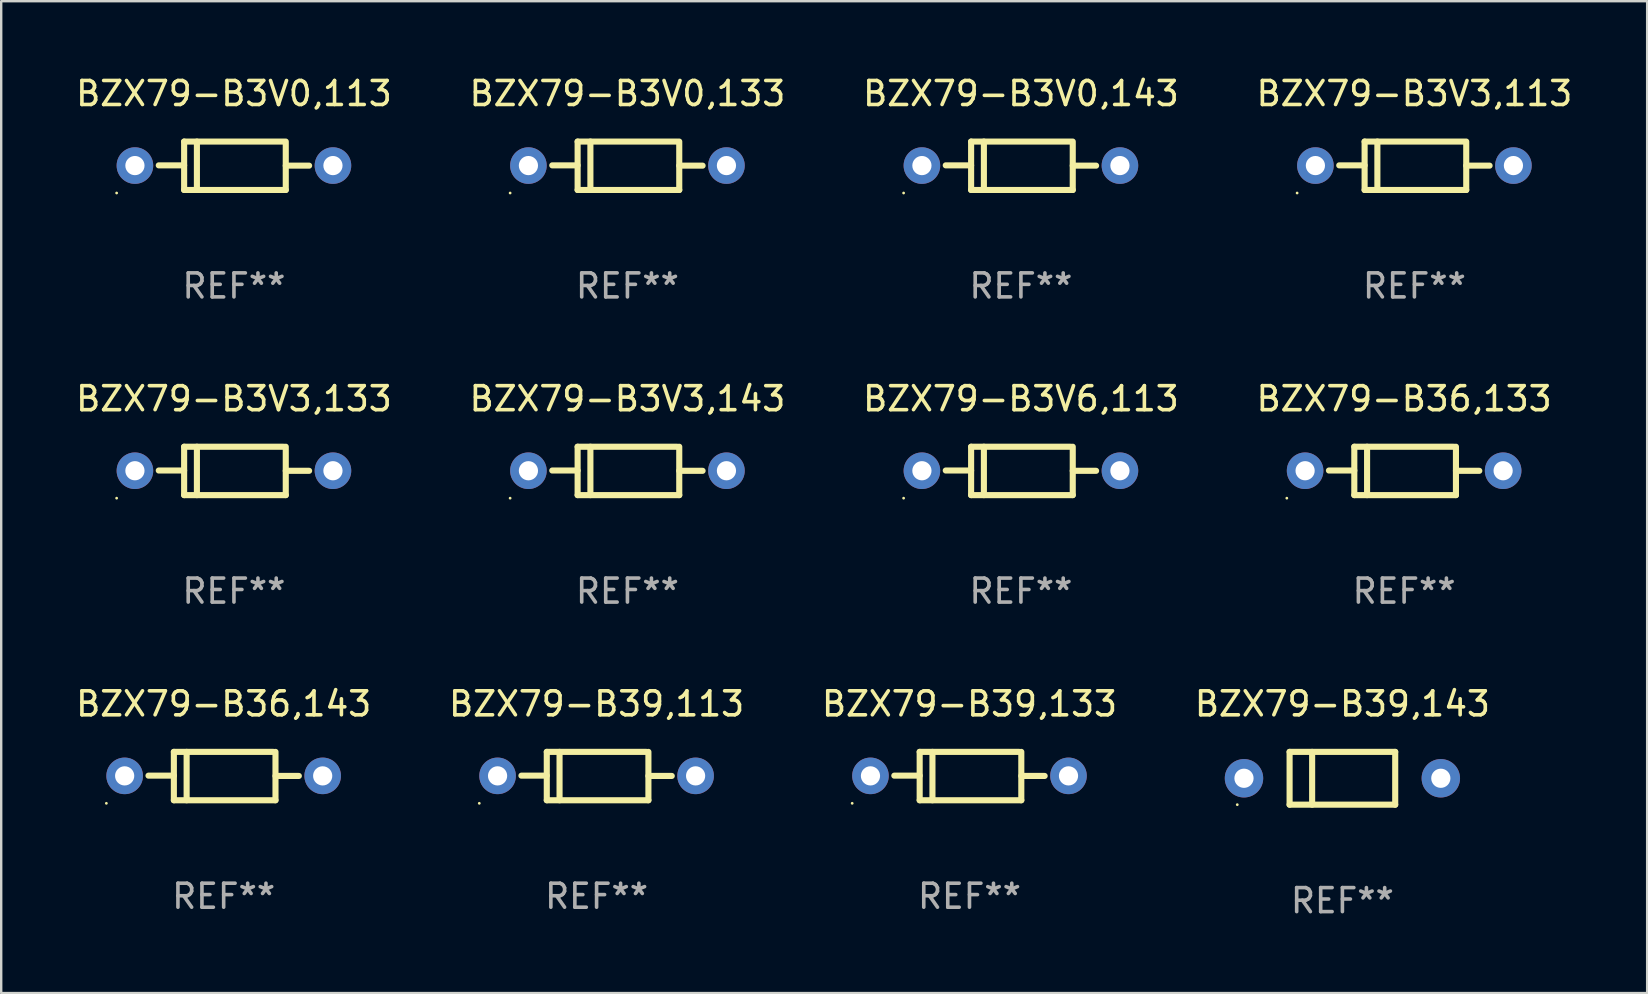
<source format=kicad_pcb>
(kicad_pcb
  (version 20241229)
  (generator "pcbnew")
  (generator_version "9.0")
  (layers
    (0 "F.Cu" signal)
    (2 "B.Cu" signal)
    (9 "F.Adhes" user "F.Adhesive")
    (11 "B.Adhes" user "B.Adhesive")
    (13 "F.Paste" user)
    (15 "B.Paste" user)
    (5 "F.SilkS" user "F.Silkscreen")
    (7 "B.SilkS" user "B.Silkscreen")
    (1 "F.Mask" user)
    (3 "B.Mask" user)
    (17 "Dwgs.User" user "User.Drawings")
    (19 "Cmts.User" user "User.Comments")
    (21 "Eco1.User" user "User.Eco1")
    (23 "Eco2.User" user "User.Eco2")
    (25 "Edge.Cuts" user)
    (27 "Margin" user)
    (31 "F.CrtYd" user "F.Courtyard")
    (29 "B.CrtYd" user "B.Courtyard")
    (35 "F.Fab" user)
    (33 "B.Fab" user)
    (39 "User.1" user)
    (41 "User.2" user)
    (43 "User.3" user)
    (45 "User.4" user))
  (footprint "BZX79-B3V0,133"
    (layer "F.Cu")
    (at 23.089 3.856)
    (property "Reference" "BZX79-B3V0,133" (at 0 -3.008 0) (layer "F.SilkS") (effects (font (size 1 1) (thickness 0.15))))
    (attr through_hole)
    (fp_line (start -2.075 -1.008) (end -2.075 1.008) (stroke (width 0.254) (type solid)) (layer "F.SilkS"))
    (fp_line (start -2.075 -0.017) (end -3.132 -0.017) (stroke (width 0.254) (type solid)) (layer "F.SilkS"))
    (fp_line (start -2.075 1.008) (end 2.159 1.008) (stroke (width 0.254) (type solid)) (layer "F.SilkS"))
    (fp_line (start -1.543 -1.008) (end -1.543 1.008) (stroke (width 0.254) (type solid)) (layer "F.SilkS"))
    (fp_line (start 2.075 -1.008) (end -2.075 -1.008) (stroke (width 0.254) (type solid)) (layer "F.SilkS"))
    (fp_line (start 2.159 -0.005) (end 3.132 -0.005) (stroke (width 0.254) (type solid)) (layer "F.SilkS"))
    (fp_line (start 2.159 1.008) (end 2.159 -1.008) (stroke (width 0.254) (type solid)) (layer "F.SilkS"))
    (fp_circle (center -4.887 1.135) (end -4.857 1.135) (stroke (width 0.06) (type solid)) (fill no) (layer "F.SilkS"))
    (fp_text user "REF**" (at 0 5.008 0) (layer "F.Fab") (effects (font (size 1 1) (thickness 0.15))))
    (pad "1" thru_hole circle (at -4.125 -0.008) (size 1.524 1.524) (drill 0.8) (layers "*.Cu" "*.Mask"))
    (pad "2" thru_hole circle (at 4.125 -0.008) (size 1.524 1.524) (drill 0.8) (layers "*.Cu" "*.Mask")))
  (footprint "BZX79-B39,113"
    (layer "F.Cu")
    (at 21.804 29.281)
    (property "Reference" "BZX79-B39,113" (at 0 -3.008 0) (layer "F.SilkS") (effects (font (size 1 1) (thickness 0.15))))
    (attr through_hole)
    (fp_line (start -2.075 -1.008) (end -2.075 1.008) (stroke (width 0.254) (type solid)) (layer "F.SilkS"))
    (fp_line (start -2.075 -0.017) (end -3.132 -0.017) (stroke (width 0.254) (type solid)) (layer "F.SilkS"))
    (fp_line (start -2.075 1.008) (end 2.159 1.008) (stroke (width 0.254) (type solid)) (layer "F.SilkS"))
    (fp_line (start -1.543 -1.008) (end -1.543 1.008) (stroke (width 0.254) (type solid)) (layer "F.SilkS"))
    (fp_line (start 2.075 -1.008) (end -2.075 -1.008) (stroke (width 0.254) (type solid)) (layer "F.SilkS"))
    (fp_line (start 2.159 -0.005) (end 3.132 -0.005) (stroke (width 0.254) (type solid)) (layer "F.SilkS"))
    (fp_line (start 2.159 1.008) (end 2.159 -1.008) (stroke (width 0.254) (type solid)) (layer "F.SilkS"))
    (fp_circle (center -4.887 1.135) (end -4.857 1.135) (stroke (width 0.06) (type solid)) (fill no) (layer "F.SilkS"))
    (fp_text user "REF**" (at 0 5.008 0) (layer "F.Fab") (effects (font (size 1 1) (thickness 0.15))))
    (pad "1" thru_hole circle (at -4.125 -0.008) (size 1.524 1.524) (drill 0.8) (layers "*.Cu" "*.Mask"))
    (pad "2" thru_hole circle (at 4.125 -0.008) (size 1.524 1.524) (drill 0.8) (layers "*.Cu" "*.Mask")))
  (footprint "BZX79-B36,133"
    (layer "F.Cu")
    (at 55.446 16.569)
    (property "Reference" "BZX79-B36,133" (at 0 -3.008 0) (layer "F.SilkS") (effects (font (size 1 1) (thickness 0.15))))
    (attr through_hole)
    (fp_line (start -2.075 -1.008) (end -2.075 1.008) (stroke (width 0.254) (type solid)) (layer "F.SilkS"))
    (fp_line (start -2.075 -0.017) (end -3.132 -0.017) (stroke (width 0.254) (type solid)) (layer "F.SilkS"))
    (fp_line (start -2.075 1.008) (end 2.159 1.008) (stroke (width 0.254) (type solid)) (layer "F.SilkS"))
    (fp_line (start -1.543 -1.008) (end -1.543 1.008) (stroke (width 0.254) (type solid)) (layer "F.SilkS"))
    (fp_line (start 2.075 -1.008) (end -2.075 -1.008) (stroke (width 0.254) (type solid)) (layer "F.SilkS"))
    (fp_line (start 2.159 -0.005) (end 3.132 -0.005) (stroke (width 0.254) (type solid)) (layer "F.SilkS"))
    (fp_line (start 2.159 1.008) (end 2.159 -1.008) (stroke (width 0.254) (type solid)) (layer "F.SilkS"))
    (fp_circle (center -4.887 1.135) (end -4.857 1.135) (stroke (width 0.06) (type solid)) (fill no) (layer "F.SilkS"))
    (fp_text user "REF**" (at 0 5.008 0) (layer "F.Fab") (effects (font (size 1 1) (thickness 0.15))))
    (pad "1" thru_hole circle (at -4.125 -0.008) (size 1.524 1.524) (drill 0.8) (layers "*.Cu" "*.Mask"))
    (pad "2" thru_hole circle (at 4.125 -0.008) (size 1.524 1.524) (drill 0.8) (layers "*.Cu" "*.Mask")))
  (footprint "BZX79-B39,143"
    (layer "F.Cu")
    (at 52.875 29.373)
    (property "Reference" "BZX79-B39,143" (at 0 -3.1 0) (layer "F.SilkS") (effects (font (size 1 1) (thickness 0.15))))
    (attr through_hole)
    (fp_line (start -2.2 -1.1) (end -2.2 1.1) (stroke (width 0.254) (type solid)) (layer "F.SilkS"))
    (fp_line (start -2.2 -1.1) (end 2.2 -1.1) (stroke (width 0.254) (type solid)) (layer "F.SilkS"))
    (fp_line (start -2.2 1.1) (end 2.2 1.1) (stroke (width 0.254) (type solid)) (layer "F.SilkS"))
    (fp_line (start -1.261 -1.1) (end -1.261 1.1) (stroke (width 0.254) (type solid)) (layer "F.SilkS"))
    (fp_line (start 2.2 -1.1) (end 2.2 1.1) (stroke (width 0.254) (type solid)) (layer "F.SilkS"))
    (fp_circle (center -4.38 1.1) (end -4.35 1.1) (stroke (width 0.06) (type solid)) (fill no) (layer "F.SilkS"))
    (fp_text user "REF**" (at 0 5.1 0) (layer "F.Fab") (effects (font (size 1 1) (thickness 0.15))))
    (pad "1" thru_hole circle (at -4.1 0) (size 1.6 1.6) (drill 0.8) (layers "*.Cu" "*.Mask"))
    (pad "2" thru_hole circle (at 4.1 0) (size 1.6 1.6) (drill 0.8) (layers "*.Cu" "*.Mask")))
  (footprint "BZX79-B3V0,113"
    (layer "F.Cu")
    (at 6.696 3.856)
    (property "Reference" "BZX79-B3V0,113" (at 0 -3.008 0) (layer "F.SilkS") (effects (font (size 1 1) (thickness 0.15))))
    (attr through_hole)
    (fp_line (start -2.075 -1.008) (end -2.075 1.008) (stroke (width 0.254) (type solid)) (layer "F.SilkS"))
    (fp_line (start -2.075 -0.017) (end -3.132 -0.017) (stroke (width 0.254) (type solid)) (layer "F.SilkS"))
    (fp_line (start -2.075 1.008) (end 2.159 1.008) (stroke (width 0.254) (type solid)) (layer "F.SilkS"))
    (fp_line (start -1.543 -1.008) (end -1.543 1.008) (stroke (width 0.254) (type solid)) (layer "F.SilkS"))
    (fp_line (start 2.075 -1.008) (end -2.075 -1.008) (stroke (width 0.254) (type solid)) (layer "F.SilkS"))
    (fp_line (start 2.159 -0.005) (end 3.132 -0.005) (stroke (width 0.254) (type solid)) (layer "F.SilkS"))
    (fp_line (start 2.159 1.008) (end 2.159 -1.008) (stroke (width 0.254) (type solid)) (layer "F.SilkS"))
    (fp_circle (center -4.887 1.135) (end -4.857 1.135) (stroke (width 0.06) (type solid)) (fill no) (layer "F.SilkS"))
    (fp_text user "REF**" (at 0 5.008 0) (layer "F.Fab") (effects (font (size 1 1) (thickness 0.15))))
    (pad "1" thru_hole circle (at -4.125 -0.008) (size 1.524 1.524) (drill 0.8) (layers "*.Cu" "*.Mask"))
    (pad "2" thru_hole circle (at 4.125 -0.008) (size 1.524 1.524) (drill 0.8) (layers "*.Cu" "*.Mask")))
  (footprint "BZX79-B3V3,143"
    (layer "F.Cu")
    (at 23.089 16.569)
    (property "Reference" "BZX79-B3V3,143" (at 0 -3.008 0) (layer "F.SilkS") (effects (font (size 1 1) (thickness 0.15))))
    (attr through_hole)
    (fp_line (start -2.075 -1.008) (end -2.075 1.008) (stroke (width 0.254) (type solid)) (layer "F.SilkS"))
    (fp_line (start -2.075 -0.017) (end -3.132 -0.017) (stroke (width 0.254) (type solid)) (layer "F.SilkS"))
    (fp_line (start -2.075 1.008) (end 2.159 1.008) (stroke (width 0.254) (type solid)) (layer "F.SilkS"))
    (fp_line (start -1.543 -1.008) (end -1.543 1.008) (stroke (width 0.254) (type solid)) (layer "F.SilkS"))
    (fp_line (start 2.075 -1.008) (end -2.075 -1.008) (stroke (width 0.254) (type solid)) (layer "F.SilkS"))
    (fp_line (start 2.159 -0.005) (end 3.132 -0.005) (stroke (width 0.254) (type solid)) (layer "F.SilkS"))
    (fp_line (start 2.159 1.008) (end 2.159 -1.008) (stroke (width 0.254) (type solid)) (layer "F.SilkS"))
    (fp_circle (center -4.887 1.135) (end -4.857 1.135) (stroke (width 0.06) (type solid)) (fill no) (layer "F.SilkS"))
    (fp_text user "REF**" (at 0 5.008 0) (layer "F.Fab") (effects (font (size 1 1) (thickness 0.15))))
    (pad "1" thru_hole circle (at -4.125 -0.008) (size 1.524 1.524) (drill 0.8) (layers "*.Cu" "*.Mask"))
    (pad "2" thru_hole circle (at 4.125 -0.008) (size 1.524 1.524) (drill 0.8) (layers "*.Cu" "*.Mask")))
  (footprint "BZX79-B36,143"
    (layer "F.Cu")
    (at 6.268 29.281)
    (property "Reference" "BZX79-B36,143" (at 0 -3.008 0) (layer "F.SilkS") (effects (font (size 1 1) (thickness 0.15))))
    (attr through_hole)
    (fp_line (start -2.075 -1.008) (end -2.075 1.008) (stroke (width 0.254) (type solid)) (layer "F.SilkS"))
    (fp_line (start -2.075 -0.017) (end -3.132 -0.017) (stroke (width 0.254) (type solid)) (layer "F.SilkS"))
    (fp_line (start -2.075 1.008) (end 2.159 1.008) (stroke (width 0.254) (type solid)) (layer "F.SilkS"))
    (fp_line (start -1.543 -1.008) (end -1.543 1.008) (stroke (width 0.254) (type solid)) (layer "F.SilkS"))
    (fp_line (start 2.075 -1.008) (end -2.075 -1.008) (stroke (width 0.254) (type solid)) (layer "F.SilkS"))
    (fp_line (start 2.159 -0.005) (end 3.132 -0.005) (stroke (width 0.254) (type solid)) (layer "F.SilkS"))
    (fp_line (start 2.159 1.008) (end 2.159 -1.008) (stroke (width 0.254) (type solid)) (layer "F.SilkS"))
    (fp_circle (center -4.887 1.135) (end -4.857 1.135) (stroke (width 0.06) (type solid)) (fill no) (layer "F.SilkS"))
    (fp_text user "REF**" (at 0 5.008 0) (layer "F.Fab") (effects (font (size 1 1) (thickness 0.15))))
    (pad "1" thru_hole circle (at -4.125 -0.008) (size 1.524 1.524) (drill 0.8) (layers "*.Cu" "*.Mask"))
    (pad "2" thru_hole circle (at 4.125 -0.008) (size 1.524 1.524) (drill 0.8) (layers "*.Cu" "*.Mask")))
  (footprint "BZX79-B3V6,113"
    (layer "F.Cu")
    (at 39.482 16.569)
    (property "Reference" "BZX79-B3V6,113" (at 0 -3.008 0) (layer "F.SilkS") (effects (font (size 1 1) (thickness 0.15))))
    (attr through_hole)
    (fp_line (start -2.075 -1.008) (end -2.075 1.008) (stroke (width 0.254) (type solid)) (layer "F.SilkS"))
    (fp_line (start -2.075 -0.017) (end -3.132 -0.017) (stroke (width 0.254) (type solid)) (layer "F.SilkS"))
    (fp_line (start -2.075 1.008) (end 2.159 1.008) (stroke (width 0.254) (type solid)) (layer "F.SilkS"))
    (fp_line (start -1.543 -1.008) (end -1.543 1.008) (stroke (width 0.254) (type solid)) (layer "F.SilkS"))
    (fp_line (start 2.075 -1.008) (end -2.075 -1.008) (stroke (width 0.254) (type solid)) (layer "F.SilkS"))
    (fp_line (start 2.159 -0.005) (end 3.132 -0.005) (stroke (width 0.254) (type solid)) (layer "F.SilkS"))
    (fp_line (start 2.159 1.008) (end 2.159 -1.008) (stroke (width 0.254) (type solid)) (layer "F.SilkS"))
    (fp_circle (center -4.887 1.135) (end -4.857 1.135) (stroke (width 0.06) (type solid)) (fill no) (layer "F.SilkS"))
    (fp_text user "REF**" (at 0 5.008 0) (layer "F.Fab") (effects (font (size 1 1) (thickness 0.15))))
    (pad "1" thru_hole circle (at -4.125 -0.008) (size 1.524 1.524) (drill 0.8) (layers "*.Cu" "*.Mask"))
    (pad "2" thru_hole circle (at 4.125 -0.008) (size 1.524 1.524) (drill 0.8) (layers "*.Cu" "*.Mask")))
  (footprint "BZX79-B3V3,133"
    (layer "F.Cu")
    (at 6.696 16.569)
    (property "Reference" "BZX79-B3V3,133" (at 0 -3.008 0) (layer "F.SilkS") (effects (font (size 1 1) (thickness 0.15))))
    (attr through_hole)
    (fp_line (start -2.075 -1.008) (end -2.075 1.008) (stroke (width 0.254) (type solid)) (layer "F.SilkS"))
    (fp_line (start -2.075 -0.017) (end -3.132 -0.017) (stroke (width 0.254) (type solid)) (layer "F.SilkS"))
    (fp_line (start -2.075 1.008) (end 2.159 1.008) (stroke (width 0.254) (type solid)) (layer "F.SilkS"))
    (fp_line (start -1.543 -1.008) (end -1.543 1.008) (stroke (width 0.254) (type solid)) (layer "F.SilkS"))
    (fp_line (start 2.075 -1.008) (end -2.075 -1.008) (stroke (width 0.254) (type solid)) (layer "F.SilkS"))
    (fp_line (start 2.159 -0.005) (end 3.132 -0.005) (stroke (width 0.254) (type solid)) (layer "F.SilkS"))
    (fp_line (start 2.159 1.008) (end 2.159 -1.008) (stroke (width 0.254) (type solid)) (layer "F.SilkS"))
    (fp_circle (center -4.887 1.135) (end -4.857 1.135) (stroke (width 0.06) (type solid)) (fill no) (layer "F.SilkS"))
    (fp_text user "REF**" (at 0 5.008 0) (layer "F.Fab") (effects (font (size 1 1) (thickness 0.15))))
    (pad "1" thru_hole circle (at -4.125 -0.008) (size 1.524 1.524) (drill 0.8) (layers "*.Cu" "*.Mask"))
    (pad "2" thru_hole circle (at 4.125 -0.008) (size 1.524 1.524) (drill 0.8) (layers "*.Cu" "*.Mask")))
  (footprint "BZX79-B3V3,113"
    (layer "F.Cu")
    (at 55.875 3.856)
    (property "Reference" "BZX79-B3V3,113" (at 0 -3.008 0) (layer "F.SilkS") (effects (font (size 1 1) (thickness 0.15))))
    (attr through_hole)
    (fp_line (start -2.075 -1.008) (end -2.075 1.008) (stroke (width 0.254) (type solid)) (layer "F.SilkS"))
    (fp_line (start -2.075 -0.017) (end -3.132 -0.017) (stroke (width 0.254) (type solid)) (layer "F.SilkS"))
    (fp_line (start -2.075 1.008) (end 2.159 1.008) (stroke (width 0.254) (type solid)) (layer "F.SilkS"))
    (fp_line (start -1.543 -1.008) (end -1.543 1.008) (stroke (width 0.254) (type solid)) (layer "F.SilkS"))
    (fp_line (start 2.075 -1.008) (end -2.075 -1.008) (stroke (width 0.254) (type solid)) (layer "F.SilkS"))
    (fp_line (start 2.159 -0.005) (end 3.132 -0.005) (stroke (width 0.254) (type solid)) (layer "F.SilkS"))
    (fp_line (start 2.159 1.008) (end 2.159 -1.008) (stroke (width 0.254) (type solid)) (layer "F.SilkS"))
    (fp_circle (center -4.887 1.135) (end -4.857 1.135) (stroke (width 0.06) (type solid)) (fill no) (layer "F.SilkS"))
    (fp_text user "REF**" (at 0 5.008 0) (layer "F.Fab") (effects (font (size 1 1) (thickness 0.15))))
    (pad "1" thru_hole circle (at -4.125 -0.008) (size 1.524 1.524) (drill 0.8) (layers "*.Cu" "*.Mask"))
    (pad "2" thru_hole circle (at 4.125 -0.008) (size 1.524 1.524) (drill 0.8) (layers "*.Cu" "*.Mask")))
  (footprint "BZX79-B3V0,143"
    (layer "F.Cu")
    (at 39.482 3.856)
    (property "Reference" "BZX79-B3V0,143" (at 0 -3.008 0) (layer "F.SilkS") (effects (font (size 1 1) (thickness 0.15))))
    (attr through_hole)
    (fp_line (start -2.075 -1.008) (end -2.075 1.008) (stroke (width 0.254) (type solid)) (layer "F.SilkS"))
    (fp_line (start -2.075 -0.017) (end -3.132 -0.017) (stroke (width 0.254) (type solid)) (layer "F.SilkS"))
    (fp_line (start -2.075 1.008) (end 2.159 1.008) (stroke (width 0.254) (type solid)) (layer "F.SilkS"))
    (fp_line (start -1.543 -1.008) (end -1.543 1.008) (stroke (width 0.254) (type solid)) (layer "F.SilkS"))
    (fp_line (start 2.075 -1.008) (end -2.075 -1.008) (stroke (width 0.254) (type solid)) (layer "F.SilkS"))
    (fp_line (start 2.159 -0.005) (end 3.132 -0.005) (stroke (width 0.254) (type solid)) (layer "F.SilkS"))
    (fp_line (start 2.159 1.008) (end 2.159 -1.008) (stroke (width 0.254) (type solid)) (layer "F.SilkS"))
    (fp_circle (center -4.887 1.135) (end -4.857 1.135) (stroke (width 0.06) (type solid)) (fill no) (layer "F.SilkS"))
    (fp_text user "REF**" (at 0 5.008 0) (layer "F.Fab") (effects (font (size 1 1) (thickness 0.15))))
    (pad "1" thru_hole circle (at -4.125 -0.008) (size 1.524 1.524) (drill 0.8) (layers "*.Cu" "*.Mask"))
    (pad "2" thru_hole circle (at 4.125 -0.008) (size 1.524 1.524) (drill 0.8) (layers "*.Cu" "*.Mask")))
  (footprint "BZX79-B39,133"
    (layer "F.Cu")
    (at 37.339 29.281)
    (property "Reference" "BZX79-B39,133" (at 0 -3.008 0) (layer "F.SilkS") (effects (font (size 1 1) (thickness 0.15))))
    (attr through_hole)
    (fp_line (start -2.075 -1.008) (end -2.075 1.008) (stroke (width 0.254) (type solid)) (layer "F.SilkS"))
    (fp_line (start -2.075 -0.017) (end -3.132 -0.017) (stroke (width 0.254) (type solid)) (layer "F.SilkS"))
    (fp_line (start -2.075 1.008) (end 2.159 1.008) (stroke (width 0.254) (type solid)) (layer "F.SilkS"))
    (fp_line (start -1.543 -1.008) (end -1.543 1.008) (stroke (width 0.254) (type solid)) (layer "F.SilkS"))
    (fp_line (start 2.075 -1.008) (end -2.075 -1.008) (stroke (width 0.254) (type solid)) (layer "F.SilkS"))
    (fp_line (start 2.159 -0.005) (end 3.132 -0.005) (stroke (width 0.254) (type solid)) (layer "F.SilkS"))
    (fp_line (start 2.159 1.008) (end 2.159 -1.008) (stroke (width 0.254) (type solid)) (layer "F.SilkS"))
    (fp_circle (center -4.887 1.135) (end -4.857 1.135) (stroke (width 0.06) (type solid)) (fill no) (layer "F.SilkS"))
    (fp_text user "REF**" (at 0 5.008 0) (layer "F.Fab") (effects (font (size 1 1) (thickness 0.15))))
    (pad "1" thru_hole circle (at -4.125 -0.008) (size 1.524 1.524) (drill 0.8) (layers "*.Cu" "*.Mask"))
    (pad "2" thru_hole circle (at 4.125 -0.008) (size 1.524 1.524) (drill 0.8) (layers "*.Cu" "*.Mask")))
  (gr_rect
    (start -3 -3)
    (end 65.571 38.322)
    (stroke (width 0.1) (type default))
    (fill no)
    (layer "Edge.Cuts")))
</source>
